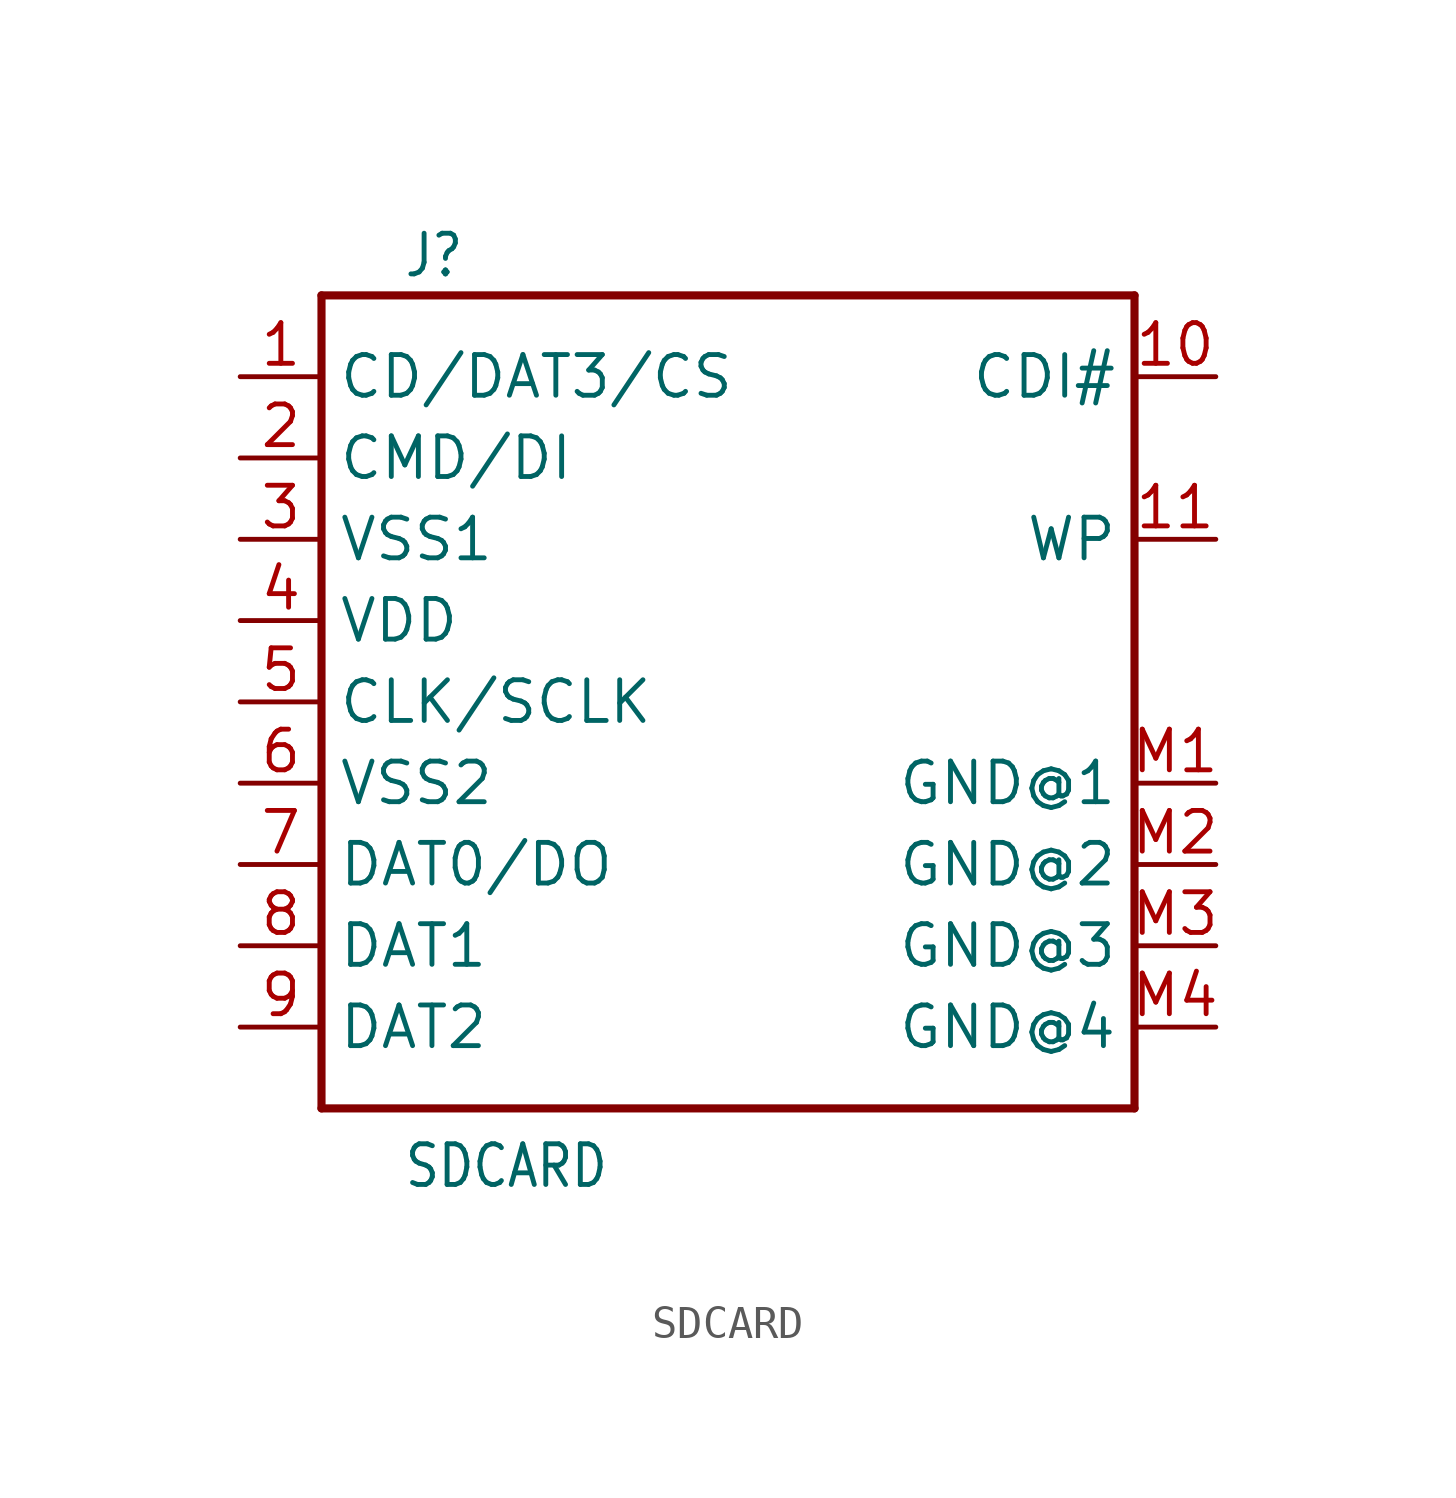
<source format=kicad_sym>
(kicad_symbol_lib
  (version 20211014)
  (generator kicad_symbol_editor)
  (symbol "SDCARD"
    (property "Reference" "J"
      (at -10.16 13.208 0)
      (effects (font (size 1.27 1.079)) (justify left bottom)))
    (property "Value" "SDCARD"
      (at -10.16 -15.24 0)
      (effects (font (size 1.27 1.079)) (justify left bottom)))
    (property "ki_locked" ""
      (at 0 0 0)
      (effects (font (size 1.27 1.27))))
    (symbol "SDCARD_1_0"
      (polyline (pts (xy -12.7 -12.7) (xy 12.7 -12.7)) (stroke (width 0.254) (type default) (color 0 0 0 0)) (fill (type none)))
      (polyline (pts (xy -12.7 12.7) (xy -12.7 -12.7)) (stroke (width 0.254) (type default) (color 0 0 0 0)) (fill (type none)))
      (polyline (pts (xy 12.7 -12.7) (xy 12.7 12.7)) (stroke (width 0.254) (type default) (color 0 0 0 0)) (fill (type none)))
      (polyline (pts (xy 12.7 12.7) (xy -12.7 12.7)) (stroke (width 0.254) (type default) (color 0 0 0 0)) (fill (type none)))
      (pin bidirectional line (at -15.24 10.16 0) (length 2.54) (name "CD/DAT3/CS" (effects (font (size 1.27 1.27)))) (number "1" (effects (font (size 1.27 1.27)))))
      (pin output line (at 15.24 10.16 180) (length 2.54) (name "CDI#" (effects (font (size 1.27 1.27)))) (number "10" (effects (font (size 1.27 1.27)))))
      (pin output line (at 15.24 5.08 180) (length 2.54) (name "WP" (effects (font (size 1.27 1.27)))) (number "11" (effects (font (size 1.27 1.27)))))
      (pin bidirectional line (at -15.24 7.62 0) (length 2.54) (name "CMD/DI" (effects (font (size 1.27 1.27)))) (number "2" (effects (font (size 1.27 1.27)))))
      (pin power_in line (at -15.24 5.08 0) (length 2.54) (name "VSS1" (effects (font (size 1.27 1.27)))) (number "3" (effects (font (size 1.27 1.27)))))
      (pin power_in line (at -15.24 2.54 0) (length 2.54) (name "VDD" (effects (font (size 1.27 1.27)))) (number "4" (effects (font (size 1.27 1.27)))))
      (pin bidirectional line (at -15.24 0 0) (length 2.54) (name "CLK/SCLK" (effects (font (size 1.27 1.27)))) (number "5" (effects (font (size 1.27 1.27)))))
      (pin power_in line (at -15.24 -2.54 0) (length 2.54) (name "VSS2" (effects (font (size 1.27 1.27)))) (number "6" (effects (font (size 1.27 1.27)))))
      (pin bidirectional line (at -15.24 -5.08 0) (length 2.54) (name "DAT0/DO" (effects (font (size 1.27 1.27)))) (number "7" (effects (font (size 1.27 1.27)))))
      (pin bidirectional line (at -15.24 -7.62 0) (length 2.54) (name "DAT1" (effects (font (size 1.27 1.27)))) (number "8" (effects (font (size 1.27 1.27)))))
      (pin bidirectional line (at -15.24 -10.16 0) (length 2.54) (name "DAT2" (effects (font (size 1.27 1.27)))) (number "9" (effects (font (size 1.27 1.27)))))
      (pin power_in line (at 15.24 -2.54 180) (length 2.54) (name "GND@1" (effects (font (size 1.27 1.27)))) (number "M1" (effects (font (size 1.27 1.27)))))
      (pin power_in line (at 15.24 -5.08 180) (length 2.54) (name "GND@2" (effects (font (size 1.27 1.27)))) (number "M2" (effects (font (size 1.27 1.27)))))
      (pin power_in line (at 15.24 -7.62 180) (length 2.54) (name "GND@3" (effects (font (size 1.27 1.27)))) (number "M3" (effects (font (size 1.27 1.27)))))
      (pin power_in line (at 15.24 -10.16 180) (length 2.54) (name "GND@4" (effects (font (size 1.27 1.27)))) (number "M4" (effects (font (size 1.27 1.27))))))))
</source>
